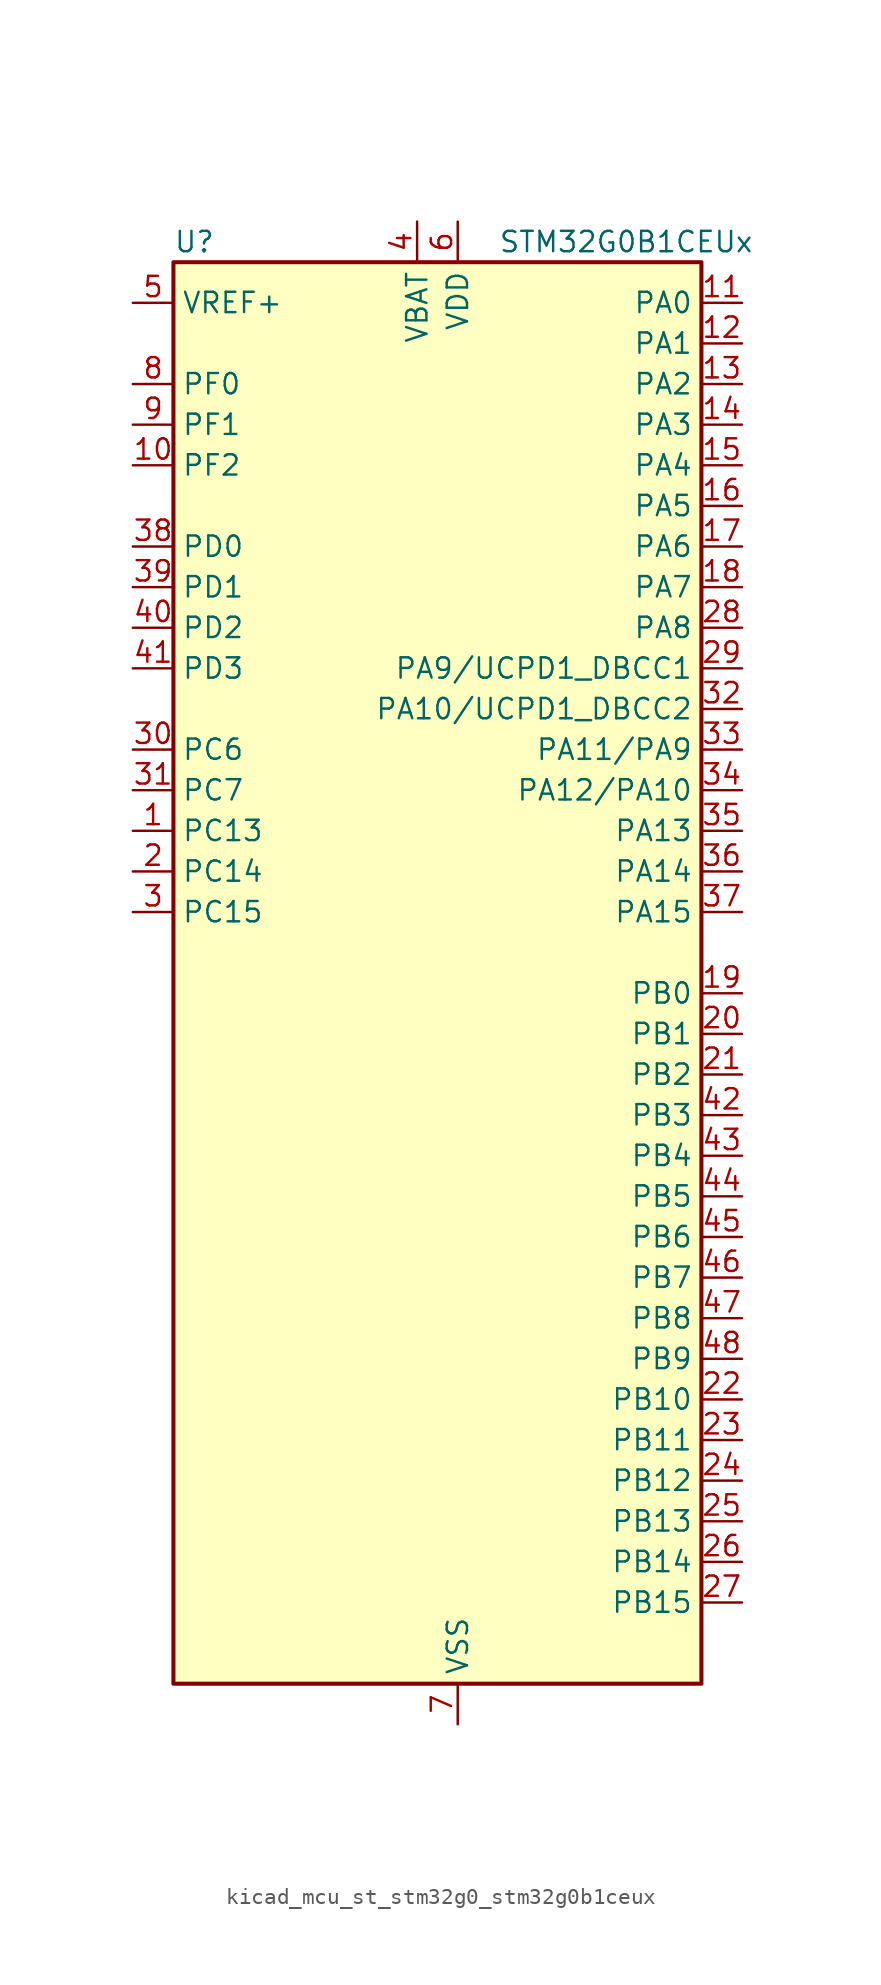
<source format=kicad_sym>
(kicad_symbol_lib
  (version 20220914)
  (generator kicad_symbol_editor)
  (symbol "kicad_mcu_st_stm32g0_stm32g0b1ceux"
    (property "Reference" "U"
      (at -15.24 46.99 0)
      (effects (font (size 1.27 1.27)) (justify left)))
    (property "Value" "STM32G0B1CEUx"
      (at 5.08 46.99 0)
      (effects (font (size 1.27 1.27)) (justify left)))
    (property "ki_locked" ""
      (at 0 0 0)
      (effects (font (size 1.27 1.27))))
    (symbol "kicad_mcu_st_stm32g0_stm32g0b1ceux_0_1"
      (rectangle (start -15.24 -43.18) (end 17.78 45.72) (stroke (width 0.254) (type default)) (fill (type background))))
    (symbol "kicad_mcu_st_stm32g0_stm32g0b1ceux_1_1"
      (pin bidirectional line (at -17.78 10.16 0) (length 2.54) (name "PC13" (effects (font (size 1.27 1.27)))) (number "1" (effects (font (size 1.27 1.27)))) (alternate "RTC_OUT1" bidirectional line) (alternate "RTC_TAMP_IN1" bidirectional line) (alternate "RTC_TS" bidirectional line) (alternate "SYS_WKUP2" bidirectional line) (alternate "TIM1_BK" bidirectional line))
      (pin bidirectional line (at -17.78 33.02 0) (length 2.54) (name "PF2" (effects (font (size 1.27 1.27)))) (number "10" (effects (font (size 1.27 1.27)))) (alternate "LPUART2_DE" bidirectional line) (alternate "LPUART2_RTS" bidirectional line) (alternate "LPUART2_TX" bidirectional line) (alternate "RCC_MCO" bidirectional line))
      (pin bidirectional line (at 20.32 43.18 180) (length 2.54) (name "PA0" (effects (font (size 1.27 1.27)))) (number "11" (effects (font (size 1.27 1.27)))) (alternate "ADC1_IN0" bidirectional line) (alternate "COMP1_INM" bidirectional line) (alternate "COMP1_OUT" bidirectional line) (alternate "I2S2_CK" bidirectional line) (alternate "LPTIM1_OUT" bidirectional line) (alternate "RTC_TAMP_IN2" bidirectional line) (alternate "SPI2_SCK" bidirectional line) (alternate "SYS_WKUP1" bidirectional line) (alternate "TIM2_CH1" bidirectional line) (alternate "TIM2_ETR" bidirectional line) (alternate "UCPD2_FRSTX1" bidirectional line) (alternate "UCPD2_FRSTX2" bidirectional line) (alternate "USART2_CTS" bidirectional line) (alternate "USART2_NSS" bidirectional line) (alternate "USART4_TX" bidirectional line))
      (pin bidirectional line (at 20.32 40.64 180) (length 2.54) (name "PA1" (effects (font (size 1.27 1.27)))) (number "12" (effects (font (size 1.27 1.27)))) (alternate "ADC1_IN1" bidirectional line) (alternate "COMP1_INP" bidirectional line) (alternate "I2C1_SMBA" bidirectional line) (alternate "I2S1_CK" bidirectional line) (alternate "SPI1_SCK" bidirectional line) (alternate "TIM15_CH1N" bidirectional line) (alternate "TIM2_CH2" bidirectional line) (alternate "USART2_CK" bidirectional line) (alternate "USART2_DE" bidirectional line) (alternate "USART2_RTS" bidirectional line) (alternate "USART4_RX" bidirectional line))
      (pin bidirectional line (at 20.32 38.1 180) (length 2.54) (name "PA2" (effects (font (size 1.27 1.27)))) (number "13" (effects (font (size 1.27 1.27)))) (alternate "ADC1_IN2" bidirectional line) (alternate "COMP2_INM" bidirectional line) (alternate "COMP2_OUT" bidirectional line) (alternate "I2S1_SD" bidirectional line) (alternate "LPUART1_TX" bidirectional line) (alternate "RCC_LSCO" bidirectional line) (alternate "SPI1_MOSI" bidirectional line) (alternate "SYS_WKUP4" bidirectional line) (alternate "TIM15_CH1" bidirectional line) (alternate "TIM2_CH3" bidirectional line) (alternate "UCPD1_FRSTX1" bidirectional line) (alternate "UCPD1_FRSTX2" bidirectional line) (alternate "USART2_TX" bidirectional line))
      (pin bidirectional line (at 20.32 35.56 180) (length 2.54) (name "PA3" (effects (font (size 1.27 1.27)))) (number "14" (effects (font (size 1.27 1.27)))) (alternate "ADC1_IN3" bidirectional line) (alternate "COMP2_INP" bidirectional line) (alternate "I2S2_MCK" bidirectional line) (alternate "LPUART1_RX" bidirectional line) (alternate "SPI2_MISO" bidirectional line) (alternate "TIM15_CH2" bidirectional line) (alternate "TIM2_CH4" bidirectional line) (alternate "UCPD2_FRSTX1" bidirectional line) (alternate "UCPD2_FRSTX2" bidirectional line) (alternate "USART2_RX" bidirectional line))
      (pin bidirectional line (at 20.32 33.02 180) (length 2.54) (name "PA4" (effects (font (size 1.27 1.27)))) (number "15" (effects (font (size 1.27 1.27)))) (alternate "ADC1_IN4" bidirectional line) (alternate "DAC1_OUT1" bidirectional line) (alternate "I2S1_WS" bidirectional line) (alternate "I2S2_SD" bidirectional line) (alternate "LPTIM2_OUT" bidirectional line) (alternate "RTC_OUT2" bidirectional line) (alternate "SPI1_NSS" bidirectional line) (alternate "SPI2_MOSI" bidirectional line) (alternate "SPI3_NSS" bidirectional line) (alternate "TIM14_CH1" bidirectional line) (alternate "UCPD2_FRSTX1" bidirectional line) (alternate "UCPD2_FRSTX2" bidirectional line) (alternate "USART6_TX" bidirectional line) (alternate "USB_NOE" bidirectional line))
      (pin bidirectional line (at 20.32 30.48 180) (length 2.54) (name "PA5" (effects (font (size 1.27 1.27)))) (number "16" (effects (font (size 1.27 1.27)))) (alternate "ADC1_IN5" bidirectional line) (alternate "CEC" bidirectional line) (alternate "DAC1_OUT2" bidirectional line) (alternate "I2S1_CK" bidirectional line) (alternate "LPTIM2_ETR" bidirectional line) (alternate "SPI1_SCK" bidirectional line) (alternate "TIM2_CH1" bidirectional line) (alternate "TIM2_ETR" bidirectional line) (alternate "UCPD1_FRSTX1" bidirectional line) (alternate "UCPD1_FRSTX2" bidirectional line) (alternate "USART3_TX" bidirectional line) (alternate "USART6_RX" bidirectional line))
      (pin bidirectional line (at 20.32 27.94 180) (length 2.54) (name "PA6" (effects (font (size 1.27 1.27)))) (number "17" (effects (font (size 1.27 1.27)))) (alternate "ADC1_IN6" bidirectional line) (alternate "COMP1_OUT" bidirectional line) (alternate "I2C2_SDA" bidirectional line) (alternate "I2C3_SDA" bidirectional line) (alternate "I2S1_MCK" bidirectional line) (alternate "LPUART1_CTS" bidirectional line) (alternate "SPI1_MISO" bidirectional line) (alternate "TIM16_CH1" bidirectional line) (alternate "TIM1_BK" bidirectional line) (alternate "TIM3_CH1" bidirectional line) (alternate "USART3_CTS" bidirectional line) (alternate "USART3_NSS" bidirectional line) (alternate "USART6_CTS" bidirectional line) (alternate "USART6_NSS" bidirectional line))
      (pin bidirectional line (at 20.32 25.4 180) (length 2.54) (name "PA7" (effects (font (size 1.27 1.27)))) (number "18" (effects (font (size 1.27 1.27)))) (alternate "ADC1_IN7" bidirectional line) (alternate "COMP2_OUT" bidirectional line) (alternate "I2C2_SCL" bidirectional line) (alternate "I2C3_SCL" bidirectional line) (alternate "I2S1_SD" bidirectional line) (alternate "SPI1_MOSI" bidirectional line) (alternate "TIM14_CH1" bidirectional line) (alternate "TIM17_CH1" bidirectional line) (alternate "TIM1_CH1N" bidirectional line) (alternate "TIM3_CH2" bidirectional line) (alternate "UCPD1_FRSTX1" bidirectional line) (alternate "UCPD1_FRSTX2" bidirectional line) (alternate "USART6_CK" bidirectional line) (alternate "USART6_DE" bidirectional line) (alternate "USART6_RTS" bidirectional line))
      (pin bidirectional line (at 20.32 0 180) (length 2.54) (name "PB0" (effects (font (size 1.27 1.27)))) (number "19" (effects (font (size 1.27 1.27)))) (alternate "ADC1_IN8" bidirectional line) (alternate "COMP1_OUT" bidirectional line) (alternate "COMP3_INP" bidirectional line) (alternate "FDCAN2_RX" bidirectional line) (alternate "I2S1_WS" bidirectional line) (alternate "LPTIM1_OUT" bidirectional line) (alternate "LPUART2_CTS" bidirectional line) (alternate "SPI1_NSS" bidirectional line) (alternate "TIM1_CH2N" bidirectional line) (alternate "TIM3_CH3" bidirectional line) (alternate "UCPD1_FRSTX1" bidirectional line) (alternate "UCPD1_FRSTX2" bidirectional line) (alternate "USART3_RX" bidirectional line) (alternate "USART5_TX" bidirectional line))
      (pin bidirectional line (at -17.78 7.62 0) (length 2.54) (name "PC14" (effects (font (size 1.27 1.27)))) (number "2" (effects (font (size 1.27 1.27)))) (alternate "RCC_OSC32_IN" bidirectional line) (alternate "TIM1_BK2" bidirectional line))
      (pin bidirectional line (at 20.32 -2.54 180) (length 2.54) (name "PB1" (effects (font (size 1.27 1.27)))) (number "20" (effects (font (size 1.27 1.27)))) (alternate "ADC1_IN9" bidirectional line) (alternate "COMP1_INM" bidirectional line) (alternate "COMP3_OUT" bidirectional line) (alternate "FDCAN2_TX" bidirectional line) (alternate "LPTIM2_IN1" bidirectional line) (alternate "LPUART1_DE" bidirectional line) (alternate "LPUART1_RTS" bidirectional line) (alternate "LPUART2_DE" bidirectional line) (alternate "LPUART2_RTS" bidirectional line) (alternate "TIM14_CH1" bidirectional line) (alternate "TIM1_CH3N" bidirectional line) (alternate "TIM3_CH4" bidirectional line) (alternate "USART3_CK" bidirectional line) (alternate "USART3_DE" bidirectional line) (alternate "USART3_RTS" bidirectional line) (alternate "USART5_RX" bidirectional line))
      (pin bidirectional line (at 20.32 -5.08 180) (length 2.54) (name "PB2" (effects (font (size 1.27 1.27)))) (number "21" (effects (font (size 1.27 1.27)))) (alternate "ADC1_IN10" bidirectional line) (alternate "COMP1_INP" bidirectional line) (alternate "COMP3_INM" bidirectional line) (alternate "I2S2_MCK" bidirectional line) (alternate "LPTIM1_OUT" bidirectional line) (alternate "RCC_MCO_2" bidirectional line) (alternate "SPI2_MISO" bidirectional line) (alternate "USART3_TX" bidirectional line))
      (pin bidirectional line (at 20.32 -25.4 180) (length 2.54) (name "PB10" (effects (font (size 1.27 1.27)))) (number "22" (effects (font (size 1.27 1.27)))) (alternate "ADC1_IN11" bidirectional line) (alternate "CEC" bidirectional line) (alternate "COMP1_OUT" bidirectional line) (alternate "I2C2_SCL" bidirectional line) (alternate "I2S2_CK" bidirectional line) (alternate "LPUART1_RX" bidirectional line) (alternate "SPI2_SCK" bidirectional line) (alternate "TIM2_CH3" bidirectional line) (alternate "USART3_TX" bidirectional line))
      (pin bidirectional line (at 20.32 -27.94 180) (length 2.54) (name "PB11" (effects (font (size 1.27 1.27)))) (number "23" (effects (font (size 1.27 1.27)))) (alternate "ADC1_EXTI11" bidirectional line) (alternate "ADC1_IN15" bidirectional line) (alternate "COMP2_OUT" bidirectional line) (alternate "I2C2_SDA" bidirectional line) (alternate "I2S2_SD" bidirectional line) (alternate "LPUART1_TX" bidirectional line) (alternate "SPI2_MOSI" bidirectional line) (alternate "TIM2_CH4" bidirectional line) (alternate "USART3_RX" bidirectional line))
      (pin bidirectional line (at 20.32 -30.48 180) (length 2.54) (name "PB12" (effects (font (size 1.27 1.27)))) (number "24" (effects (font (size 1.27 1.27)))) (alternate "ADC1_IN16" bidirectional line) (alternate "FDCAN2_RX" bidirectional line) (alternate "I2C2_SMBA" bidirectional line) (alternate "I2S2_WS" bidirectional line) (alternate "LPUART1_DE" bidirectional line) (alternate "LPUART1_RTS" bidirectional line) (alternate "SPI2_NSS" bidirectional line) (alternate "TIM15_BK" bidirectional line) (alternate "TIM1_BK" bidirectional line) (alternate "UCPD2_FRSTX1" bidirectional line) (alternate "UCPD2_FRSTX2" bidirectional line))
      (pin bidirectional line (at 20.32 -33.02 180) (length 2.54) (name "PB13" (effects (font (size 1.27 1.27)))) (number "25" (effects (font (size 1.27 1.27)))) (alternate "FDCAN2_TX" bidirectional line) (alternate "I2C2_SCL" bidirectional line) (alternate "I2S2_CK" bidirectional line) (alternate "LPUART1_CTS" bidirectional line) (alternate "SPI2_SCK" bidirectional line) (alternate "TIM15_CH1N" bidirectional line) (alternate "TIM1_CH1N" bidirectional line) (alternate "USART3_CTS" bidirectional line) (alternate "USART3_NSS" bidirectional line))
      (pin bidirectional line (at 20.32 -35.56 180) (length 2.54) (name "PB14" (effects (font (size 1.27 1.27)))) (number "26" (effects (font (size 1.27 1.27)))) (alternate "I2C2_SDA" bidirectional line) (alternate "I2S2_MCK" bidirectional line) (alternate "SPI2_MISO" bidirectional line) (alternate "TIM15_CH1" bidirectional line) (alternate "TIM1_CH2N" bidirectional line) (alternate "UCPD1_FRSTX1" bidirectional line) (alternate "UCPD1_FRSTX2" bidirectional line) (alternate "USART3_CK" bidirectional line) (alternate "USART3_DE" bidirectional line) (alternate "USART3_RTS" bidirectional line) (alternate "USART6_CK" bidirectional line) (alternate "USART6_DE" bidirectional line) (alternate "USART6_RTS" bidirectional line))
      (pin bidirectional line (at 20.32 -38.1 180) (length 2.54) (name "PB15" (effects (font (size 1.27 1.27)))) (number "27" (effects (font (size 1.27 1.27)))) (alternate "I2S2_SD" bidirectional line) (alternate "RTC_REFIN" bidirectional line) (alternate "SPI2_MOSI" bidirectional line) (alternate "TIM15_CH1N" bidirectional line) (alternate "TIM15_CH2" bidirectional line) (alternate "TIM1_CH3N" bidirectional line) (alternate "UCPD1_CC2" bidirectional line) (alternate "USART6_CTS" bidirectional line) (alternate "USART6_NSS" bidirectional line))
      (pin bidirectional line (at 20.32 22.86 180) (length 2.54) (name "PA8" (effects (font (size 1.27 1.27)))) (number "28" (effects (font (size 1.27 1.27)))) (alternate "CRS1_SYNC" bidirectional line) (alternate "I2C2_SMBA" bidirectional line) (alternate "I2S2_WS" bidirectional line) (alternate "LPTIM2_OUT" bidirectional line) (alternate "RCC_MCO" bidirectional line) (alternate "SPI2_NSS" bidirectional line) (alternate "TIM1_CH1" bidirectional line) (alternate "UCPD1_CC1" bidirectional line))
      (pin bidirectional line (at 20.32 20.32 180) (length 2.54) (name "PA9/UCPD1_DBCC1" (effects (font (size 1.27 1.27)))) (number "29" (effects (font (size 1.27 1.27)))) (alternate "DAC1_EXTI9" bidirectional line) (alternate "I2C1_SCL" bidirectional line) (alternate "I2C2_SCL" bidirectional line) (alternate "I2S2_MCK" bidirectional line) (alternate "RCC_MCO" bidirectional line) (alternate "SPI2_MISO" bidirectional line) (alternate "TIM15_BK" bidirectional line) (alternate "TIM1_CH2" bidirectional line) (alternate "UCPD1_DBCC1" bidirectional line) (alternate "USART1_TX" bidirectional line))
      (pin bidirectional line (at -17.78 5.08 0) (length 2.54) (name "PC15" (effects (font (size 1.27 1.27)))) (number "3" (effects (font (size 1.27 1.27)))) (alternate "RCC_OSC32_EN" bidirectional line) (alternate "RCC_OSC32_OUT" bidirectional line) (alternate "RCC_OSC_EN" bidirectional line) (alternate "TIM15_BK" bidirectional line))
      (pin bidirectional line (at -17.78 15.24 0) (length 2.54) (name "PC6" (effects (font (size 1.27 1.27)))) (number "30" (effects (font (size 1.27 1.27)))) (alternate "LPUART2_TX" bidirectional line) (alternate "TIM2_CH3" bidirectional line) (alternate "TIM3_CH1" bidirectional line) (alternate "UCPD1_FRSTX1" bidirectional line) (alternate "UCPD1_FRSTX2" bidirectional line))
      (pin bidirectional line (at -17.78 12.7 0) (length 2.54) (name "PC7" (effects (font (size 1.27 1.27)))) (number "31" (effects (font (size 1.27 1.27)))) (alternate "LPUART2_RX" bidirectional line) (alternate "TIM2_CH4" bidirectional line) (alternate "TIM3_CH2" bidirectional line) (alternate "UCPD2_FRSTX1" bidirectional line) (alternate "UCPD2_FRSTX2" bidirectional line))
      (pin bidirectional line (at 20.32 17.78 180) (length 2.54) (name "PA10/UCPD1_DBCC2" (effects (font (size 1.27 1.27)))) (number "32" (effects (font (size 1.27 1.27)))) (alternate "I2C1_SDA" bidirectional line) (alternate "I2C2_SDA" bidirectional line) (alternate "I2S2_SD" bidirectional line) (alternate "RCC_MCO_2" bidirectional line) (alternate "SPI2_MOSI" bidirectional line) (alternate "TIM17_BK" bidirectional line) (alternate "TIM1_CH3" bidirectional line) (alternate "UCPD1_DBCC2" bidirectional line) (alternate "USART1_RX" bidirectional line))
      (pin bidirectional line (at 20.32 15.24 180) (length 2.54) (name "PA11/PA9" (effects (font (size 1.27 1.27)))) (number "33" (effects (font (size 1.27 1.27)))) (alternate "ADC1_EXTI11" bidirectional line) (alternate "COMP1_OUT" bidirectional line) (alternate "FDCAN1_RX" bidirectional line) (alternate "I2C2_SCL" bidirectional line) (alternate "I2S1_MCK" bidirectional line) (alternate "SPI1_MISO" bidirectional line) (alternate "TIM1_BK2" bidirectional line) (alternate "TIM1_CH4" bidirectional line) (alternate "USART1_CTS" bidirectional line) (alternate "USART1_NSS" bidirectional line) (alternate "USB_DM" bidirectional line))
      (pin bidirectional line (at 20.32 12.7 180) (length 2.54) (name "PA12/PA10" (effects (font (size 1.27 1.27)))) (number "34" (effects (font (size 1.27 1.27)))) (alternate "COMP2_OUT" bidirectional line) (alternate "FDCAN1_TX" bidirectional line) (alternate "I2C2_SDA" bidirectional line) (alternate "I2S1_SD" bidirectional line) (alternate "I2S_CKIN" bidirectional line) (alternate "SPI1_MOSI" bidirectional line) (alternate "TIM1_ETR" bidirectional line) (alternate "USART1_CK" bidirectional line) (alternate "USART1_DE" bidirectional line) (alternate "USART1_RTS" bidirectional line) (alternate "USB_DP" bidirectional line))
      (pin bidirectional line (at 20.32 10.16 180) (length 2.54) (name "PA13" (effects (font (size 1.27 1.27)))) (number "35" (effects (font (size 1.27 1.27)))) (alternate "IR_OUT" bidirectional line) (alternate "LPUART2_RX" bidirectional line) (alternate "SYS_SWDIO" bidirectional line) (alternate "USB_NOE" bidirectional line))
      (pin bidirectional line (at 20.32 7.62 180) (length 2.54) (name "PA14" (effects (font (size 1.27 1.27)))) (number "36" (effects (font (size 1.27 1.27)))) (alternate "LPUART2_TX" bidirectional line) (alternate "SYS_SWCLK" bidirectional line) (alternate "USART2_TX" bidirectional line))
      (pin bidirectional line (at 20.32 5.08 180) (length 2.54) (name "PA15" (effects (font (size 1.27 1.27)))) (number "37" (effects (font (size 1.27 1.27)))) (alternate "I2C2_SMBA" bidirectional line) (alternate "I2S1_WS" bidirectional line) (alternate "RCC_MCO_2" bidirectional line) (alternate "SPI1_NSS" bidirectional line) (alternate "SPI3_NSS" bidirectional line) (alternate "TIM2_CH1" bidirectional line) (alternate "TIM2_ETR" bidirectional line) (alternate "USART2_RX" bidirectional line) (alternate "USART3_CK" bidirectional line) (alternate "USART3_DE" bidirectional line) (alternate "USART3_RTS" bidirectional line) (alternate "USART4_CK" bidirectional line) (alternate "USART4_DE" bidirectional line) (alternate "USART4_RTS" bidirectional line) (alternate "USB_NOE" bidirectional line))
      (pin bidirectional line (at -17.78 27.94 0) (length 2.54) (name "PD0" (effects (font (size 1.27 1.27)))) (number "38" (effects (font (size 1.27 1.27)))) (alternate "FDCAN1_RX" bidirectional line) (alternate "I2S2_WS" bidirectional line) (alternate "SPI2_NSS" bidirectional line) (alternate "TIM16_CH1" bidirectional line) (alternate "UCPD2_CC1" bidirectional line))
      (pin bidirectional line (at -17.78 25.4 0) (length 2.54) (name "PD1" (effects (font (size 1.27 1.27)))) (number "39" (effects (font (size 1.27 1.27)))) (alternate "FDCAN1_TX" bidirectional line) (alternate "I2S2_CK" bidirectional line) (alternate "SPI2_SCK" bidirectional line) (alternate "TIM17_CH1" bidirectional line) (alternate "UCPD2_DBCC1" bidirectional line))
      (pin power_in line (at 0 48.26 270) (length 2.54) (name "VBAT" (effects (font (size 1.27 1.27)))) (number "4" (effects (font (size 1.27 1.27)))))
      (pin bidirectional line (at -17.78 22.86 0) (length 2.54) (name "PD2" (effects (font (size 1.27 1.27)))) (number "40" (effects (font (size 1.27 1.27)))) (alternate "TIM1_CH1N" bidirectional line) (alternate "TIM3_ETR" bidirectional line) (alternate "UCPD2_CC2" bidirectional line) (alternate "USART3_CK" bidirectional line) (alternate "USART3_DE" bidirectional line) (alternate "USART3_RTS" bidirectional line) (alternate "USART5_RX" bidirectional line))
      (pin bidirectional line (at -17.78 20.32 0) (length 2.54) (name "PD3" (effects (font (size 1.27 1.27)))) (number "41" (effects (font (size 1.27 1.27)))) (alternate "I2S2_MCK" bidirectional line) (alternate "SPI2_MISO" bidirectional line) (alternate "TIM1_CH2N" bidirectional line) (alternate "UCPD2_DBCC2" bidirectional line) (alternate "USART2_CTS" bidirectional line) (alternate "USART2_NSS" bidirectional line) (alternate "USART5_TX" bidirectional line))
      (pin bidirectional line (at 20.32 -7.62 180) (length 2.54) (name "PB3" (effects (font (size 1.27 1.27)))) (number "42" (effects (font (size 1.27 1.27)))) (alternate "COMP2_INM" bidirectional line) (alternate "I2C2_SCL" bidirectional line) (alternate "I2C3_SCL" bidirectional line) (alternate "I2S1_CK" bidirectional line) (alternate "SPI1_SCK" bidirectional line) (alternate "SPI3_SCK" bidirectional line) (alternate "TIM1_CH2" bidirectional line) (alternate "TIM2_CH2" bidirectional line) (alternate "USART1_CK" bidirectional line) (alternate "USART1_DE" bidirectional line) (alternate "USART1_RTS" bidirectional line) (alternate "USART5_TX" bidirectional line))
      (pin bidirectional line (at 20.32 -10.16 180) (length 2.54) (name "PB4" (effects (font (size 1.27 1.27)))) (number "43" (effects (font (size 1.27 1.27)))) (alternate "COMP2_INP" bidirectional line) (alternate "I2C2_SDA" bidirectional line) (alternate "I2C3_SDA" bidirectional line) (alternate "I2S1_MCK" bidirectional line) (alternate "SPI1_MISO" bidirectional line) (alternate "SPI3_MISO" bidirectional line) (alternate "TIM17_BK" bidirectional line) (alternate "TIM3_CH1" bidirectional line) (alternate "USART1_CTS" bidirectional line) (alternate "USART1_NSS" bidirectional line) (alternate "USART5_RX" bidirectional line))
      (pin bidirectional line (at 20.32 -12.7 180) (length 2.54) (name "PB5" (effects (font (size 1.27 1.27)))) (number "44" (effects (font (size 1.27 1.27)))) (alternate "COMP2_OUT" bidirectional line) (alternate "FDCAN2_RX" bidirectional line) (alternate "I2C1_SMBA" bidirectional line) (alternate "I2S1_SD" bidirectional line) (alternate "LPTIM1_IN1" bidirectional line) (alternate "SPI1_MOSI" bidirectional line) (alternate "SPI3_MOSI" bidirectional line) (alternate "SYS_WKUP6" bidirectional line) (alternate "TIM16_BK" bidirectional line) (alternate "TIM3_CH2" bidirectional line) (alternate "USART5_CK" bidirectional line) (alternate "USART5_DE" bidirectional line) (alternate "USART5_RTS" bidirectional line))
      (pin bidirectional line (at 20.32 -15.24 180) (length 2.54) (name "PB6" (effects (font (size 1.27 1.27)))) (number "45" (effects (font (size 1.27 1.27)))) (alternate "COMP2_INP" bidirectional line) (alternate "FDCAN2_TX" bidirectional line) (alternate "I2C1_SCL" bidirectional line) (alternate "I2S2_MCK" bidirectional line) (alternate "LPTIM1_ETR" bidirectional line) (alternate "LPUART2_TX" bidirectional line) (alternate "SPI2_MISO" bidirectional line) (alternate "TIM16_CH1N" bidirectional line) (alternate "TIM1_CH3" bidirectional line) (alternate "TIM4_CH1" bidirectional line) (alternate "USART1_TX" bidirectional line) (alternate "USART5_CTS" bidirectional line) (alternate "USART5_NSS" bidirectional line))
      (pin bidirectional line (at 20.32 -17.78 180) (length 2.54) (name "PB7" (effects (font (size 1.27 1.27)))) (number "46" (effects (font (size 1.27 1.27)))) (alternate "COMP2_INM" bidirectional line) (alternate "I2C1_SDA" bidirectional line) (alternate "I2S2_SD" bidirectional line) (alternate "LPTIM1_IN2" bidirectional line) (alternate "LPUART2_RX" bidirectional line) (alternate "SPI2_MOSI" bidirectional line) (alternate "SYS_PVD_IN" bidirectional line) (alternate "TIM17_CH1N" bidirectional line) (alternate "TIM4_CH2" bidirectional line) (alternate "USART1_RX" bidirectional line) (alternate "USART4_CTS" bidirectional line) (alternate "USART4_NSS" bidirectional line))
      (pin bidirectional line (at 20.32 -20.32 180) (length 2.54) (name "PB8" (effects (font (size 1.27 1.27)))) (number "47" (effects (font (size 1.27 1.27)))) (alternate "CEC" bidirectional line) (alternate "FDCAN1_RX" bidirectional line) (alternate "I2C1_SCL" bidirectional line) (alternate "I2S2_CK" bidirectional line) (alternate "SPI2_SCK" bidirectional line) (alternate "TIM15_BK" bidirectional line) (alternate "TIM16_CH1" bidirectional line) (alternate "TIM4_CH3" bidirectional line) (alternate "USART3_TX" bidirectional line) (alternate "USART6_TX" bidirectional line))
      (pin bidirectional line (at 20.32 -22.86 180) (length 2.54) (name "PB9" (effects (font (size 1.27 1.27)))) (number "48" (effects (font (size 1.27 1.27)))) (alternate "DAC1_EXTI9" bidirectional line) (alternate "FDCAN1_TX" bidirectional line) (alternate "I2C1_SDA" bidirectional line) (alternate "I2S2_WS" bidirectional line) (alternate "IR_OUT" bidirectional line) (alternate "SPI2_NSS" bidirectional line) (alternate "TIM17_CH1" bidirectional line) (alternate "TIM4_CH4" bidirectional line) (alternate "UCPD2_FRSTX1" bidirectional line) (alternate "UCPD2_FRSTX2" bidirectional line) (alternate "USART3_RX" bidirectional line) (alternate "USART6_RX" bidirectional line))
      (pin passive line (at 2.54 -45.72 90) (length 2.54) hide (name "VSS" (effects (font (size 1.27 1.27)))) (number "49" (effects (font (size 1.27 1.27)))))
      (pin input line (at -17.78 43.18 0) (length 2.54) (name "VREF+" (effects (font (size 1.27 1.27)))) (number "5" (effects (font (size 1.27 1.27)))) (alternate "VREFBUF_OUT" bidirectional line))
      (pin power_in line (at 2.54 48.26 270) (length 2.54) (name "VDD" (effects (font (size 1.27 1.27)))) (number "6" (effects (font (size 1.27 1.27)))))
      (pin power_in line (at 2.54 -45.72 90) (length 2.54) (name "VSS" (effects (font (size 1.27 1.27)))) (number "7" (effects (font (size 1.27 1.27)))))
      (pin bidirectional line (at -17.78 38.1 0) (length 2.54) (name "PF0" (effects (font (size 1.27 1.27)))) (number "8" (effects (font (size 1.27 1.27)))) (alternate "CRS1_SYNC" bidirectional line) (alternate "RCC_OSC_IN" bidirectional line) (alternate "TIM14_CH1" bidirectional line))
      (pin bidirectional line (at -17.78 35.56 0) (length 2.54) (name "PF1" (effects (font (size 1.27 1.27)))) (number "9" (effects (font (size 1.27 1.27)))) (alternate "RCC_OSC_EN" bidirectional line) (alternate "RCC_OSC_OUT" bidirectional line) (alternate "TIM15_CH1N" bidirectional line)))))
</source>
